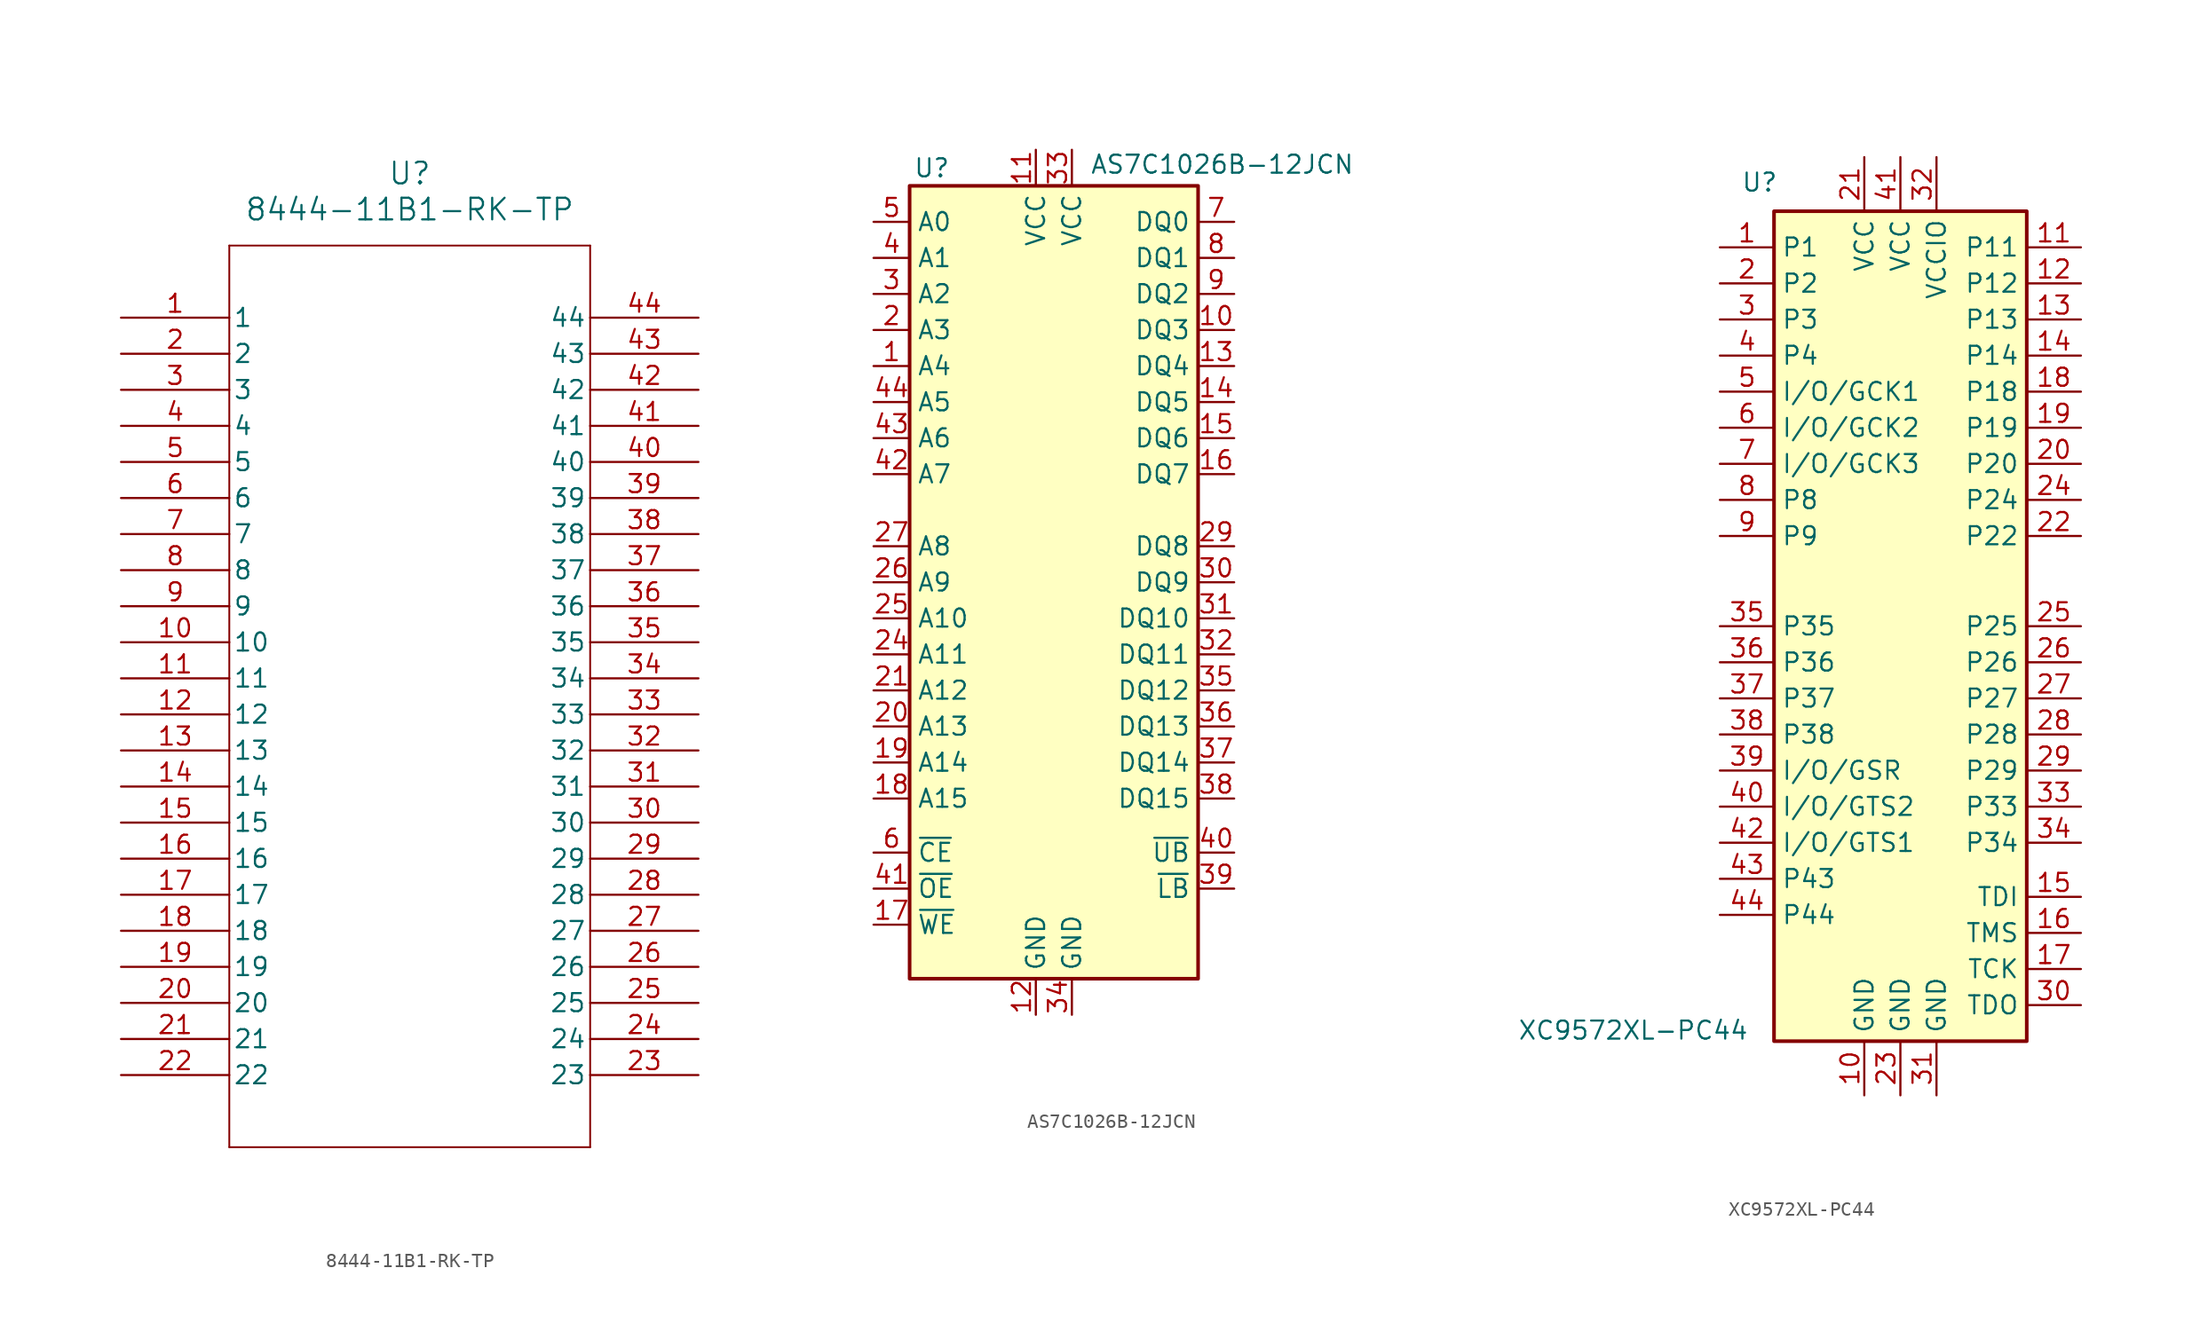
<source format=kicad_sym>
(kicad_symbol_lib
  (version 20231120)
  (generator "kicad_symbol_editor")
  (generator_version "8.0")
  (symbol "8444-11B1-RK-TP"
    (pin_names
      (offset 0.254))
    (property "Reference" "U"
      (at 20.32 10.16 0)
      (effects (font (size 1.524 1.524))))
    (property "Value" "8444-11B1-RK-TP"
      (at 20.32 7.62 0)
      (effects (font (size 1.524 1.524))))
    (property "ki_locked" ""
      (at 0 0 0)
      (effects (font (size 1.27 1.27))))
    (symbol "8444-11B1-RK-TP_0_1"
      (polyline (pts (xy 7.62 -58.42) (xy 33.02 -58.42)) (stroke (width 0.127) (type default)) (fill (type none)))
      (polyline (pts (xy 7.62 5.08) (xy 7.62 -58.42)) (stroke (width 0.127) (type default)) (fill (type none)))
      (polyline (pts (xy 33.02 -58.42) (xy 33.02 5.08)) (stroke (width 0.127) (type default)) (fill (type none)))
      (polyline (pts (xy 33.02 5.08) (xy 7.62 5.08)) (stroke (width 0.127) (type default)) (fill (type none)))
      (pin unspecified line (at 0 0 0) (length 7.62) (name "1" (effects (font (size 1.27 1.27)))) (number "1" (effects (font (size 1.27 1.27)))))
      (pin unspecified line (at 0 -22.86 0) (length 7.62) (name "10" (effects (font (size 1.27 1.27)))) (number "10" (effects (font (size 1.27 1.27)))))
      (pin unspecified line (at 0 -25.4 0) (length 7.62) (name "11" (effects (font (size 1.27 1.27)))) (number "11" (effects (font (size 1.27 1.27)))))
      (pin unspecified line (at 0 -27.94 0) (length 7.62) (name "12" (effects (font (size 1.27 1.27)))) (number "12" (effects (font (size 1.27 1.27)))))
      (pin unspecified line (at 0 -30.48 0) (length 7.62) (name "13" (effects (font (size 1.27 1.27)))) (number "13" (effects (font (size 1.27 1.27)))))
      (pin unspecified line (at 0 -33.02 0) (length 7.62) (name "14" (effects (font (size 1.27 1.27)))) (number "14" (effects (font (size 1.27 1.27)))))
      (pin unspecified line (at 0 -35.56 0) (length 7.62) (name "15" (effects (font (size 1.27 1.27)))) (number "15" (effects (font (size 1.27 1.27)))))
      (pin unspecified line (at 0 -38.1 0) (length 7.62) (name "16" (effects (font (size 1.27 1.27)))) (number "16" (effects (font (size 1.27 1.27)))))
      (pin unspecified line (at 0 -40.64 0) (length 7.62) (name "17" (effects (font (size 1.27 1.27)))) (number "17" (effects (font (size 1.27 1.27)))))
      (pin unspecified line (at 0 -43.18 0) (length 7.62) (name "18" (effects (font (size 1.27 1.27)))) (number "18" (effects (font (size 1.27 1.27)))))
      (pin unspecified line (at 0 -45.72 0) (length 7.62) (name "19" (effects (font (size 1.27 1.27)))) (number "19" (effects (font (size 1.27 1.27)))))
      (pin unspecified line (at 0 -2.54 0) (length 7.62) (name "2" (effects (font (size 1.27 1.27)))) (number "2" (effects (font (size 1.27 1.27)))))
      (pin unspecified line (at 0 -48.26 0) (length 7.62) (name "20" (effects (font (size 1.27 1.27)))) (number "20" (effects (font (size 1.27 1.27)))))
      (pin unspecified line (at 0 -50.8 0) (length 7.62) (name "21" (effects (font (size 1.27 1.27)))) (number "21" (effects (font (size 1.27 1.27)))))
      (pin unspecified line (at 0 -53.34 0) (length 7.62) (name "22" (effects (font (size 1.27 1.27)))) (number "22" (effects (font (size 1.27 1.27)))))
      (pin unspecified line (at 40.64 -53.34 180) (length 7.62) (name "23" (effects (font (size 1.27 1.27)))) (number "23" (effects (font (size 1.27 1.27)))))
      (pin unspecified line (at 40.64 -50.8 180) (length 7.62) (name "24" (effects (font (size 1.27 1.27)))) (number "24" (effects (font (size 1.27 1.27)))))
      (pin unspecified line (at 40.64 -48.26 180) (length 7.62) (name "25" (effects (font (size 1.27 1.27)))) (number "25" (effects (font (size 1.27 1.27)))))
      (pin unspecified line (at 40.64 -45.72 180) (length 7.62) (name "26" (effects (font (size 1.27 1.27)))) (number "26" (effects (font (size 1.27 1.27)))))
      (pin unspecified line (at 40.64 -43.18 180) (length 7.62) (name "27" (effects (font (size 1.27 1.27)))) (number "27" (effects (font (size 1.27 1.27)))))
      (pin unspecified line (at 40.64 -40.64 180) (length 7.62) (name "28" (effects (font (size 1.27 1.27)))) (number "28" (effects (font (size 1.27 1.27)))))
      (pin unspecified line (at 40.64 -38.1 180) (length 7.62) (name "29" (effects (font (size 1.27 1.27)))) (number "29" (effects (font (size 1.27 1.27)))))
      (pin unspecified line (at 0 -5.08 0) (length 7.62) (name "3" (effects (font (size 1.27 1.27)))) (number "3" (effects (font (size 1.27 1.27)))))
      (pin unspecified line (at 40.64 -35.56 180) (length 7.62) (name "30" (effects (font (size 1.27 1.27)))) (number "30" (effects (font (size 1.27 1.27)))))
      (pin unspecified line (at 40.64 -33.02 180) (length 7.62) (name "31" (effects (font (size 1.27 1.27)))) (number "31" (effects (font (size 1.27 1.27)))))
      (pin unspecified line (at 40.64 -30.48 180) (length 7.62) (name "32" (effects (font (size 1.27 1.27)))) (number "32" (effects (font (size 1.27 1.27)))))
      (pin unspecified line (at 40.64 -27.94 180) (length 7.62) (name "33" (effects (font (size 1.27 1.27)))) (number "33" (effects (font (size 1.27 1.27)))))
      (pin unspecified line (at 40.64 -25.4 180) (length 7.62) (name "34" (effects (font (size 1.27 1.27)))) (number "34" (effects (font (size 1.27 1.27)))))
      (pin unspecified line (at 40.64 -22.86 180) (length 7.62) (name "35" (effects (font (size 1.27 1.27)))) (number "35" (effects (font (size 1.27 1.27)))))
      (pin unspecified line (at 40.64 -20.32 180) (length 7.62) (name "36" (effects (font (size 1.27 1.27)))) (number "36" (effects (font (size 1.27 1.27)))))
      (pin unspecified line (at 40.64 -17.78 180) (length 7.62) (name "37" (effects (font (size 1.27 1.27)))) (number "37" (effects (font (size 1.27 1.27)))))
      (pin unspecified line (at 40.64 -15.24 180) (length 7.62) (name "38" (effects (font (size 1.27 1.27)))) (number "38" (effects (font (size 1.27 1.27)))))
      (pin unspecified line (at 40.64 -12.7 180) (length 7.62) (name "39" (effects (font (size 1.27 1.27)))) (number "39" (effects (font (size 1.27 1.27)))))
      (pin unspecified line (at 0 -7.62 0) (length 7.62) (name "4" (effects (font (size 1.27 1.27)))) (number "4" (effects (font (size 1.27 1.27)))))
      (pin unspecified line (at 40.64 -10.16 180) (length 7.62) (name "40" (effects (font (size 1.27 1.27)))) (number "40" (effects (font (size 1.27 1.27)))))
      (pin unspecified line (at 40.64 -7.62 180) (length 7.62) (name "41" (effects (font (size 1.27 1.27)))) (number "41" (effects (font (size 1.27 1.27)))))
      (pin unspecified line (at 40.64 -5.08 180) (length 7.62) (name "42" (effects (font (size 1.27 1.27)))) (number "42" (effects (font (size 1.27 1.27)))))
      (pin unspecified line (at 40.64 -2.54 180) (length 7.62) (name "43" (effects (font (size 1.27 1.27)))) (number "43" (effects (font (size 1.27 1.27)))))
      (pin unspecified line (at 40.64 0 180) (length 7.62) (name "44" (effects (font (size 1.27 1.27)))) (number "44" (effects (font (size 1.27 1.27)))))
      (pin unspecified line (at 0 -10.16 0) (length 7.62) (name "5" (effects (font (size 1.27 1.27)))) (number "5" (effects (font (size 1.27 1.27)))))
      (pin unspecified line (at 0 -12.7 0) (length 7.62) (name "6" (effects (font (size 1.27 1.27)))) (number "6" (effects (font (size 1.27 1.27)))))
      (pin unspecified line (at 0 -15.24 0) (length 7.62) (name "7" (effects (font (size 1.27 1.27)))) (number "7" (effects (font (size 1.27 1.27)))))
      (pin unspecified line (at 0 -17.78 0) (length 7.62) (name "8" (effects (font (size 1.27 1.27)))) (number "8" (effects (font (size 1.27 1.27)))))
      (pin unspecified line (at 0 -20.32 0) (length 7.62) (name "9" (effects (font (size 1.27 1.27)))) (number "9" (effects (font (size 1.27 1.27)))))))
  (symbol "AS7C1026B-12JCN"
    (property "Reference" "U"
      (at -9.906 28.448 0)
      (effects (font (size 1.27 1.27)) (justify left bottom)))
    (property "Value" "AS7C1026B-12JCN"
      (at 2.54 28.702 0)
      (effects (font (size 1.27 1.27)) (justify left bottom)))
    (symbol "AS7C1026B-12JCN_0_1"
      (rectangle (start -10.16 27.94) (end 10.16 -27.94) (stroke (width 0.254) (type default)) (fill (type background))))
    (symbol "AS7C1026B-12JCN_1_0"
      (pin power_in line (at -1.27 30.48 270) (length 2.54) (name "VCC" (effects (font (size 1.27 1.27)))) (number "11" (effects (font (size 1.27 1.27)))))
      (pin power_in line (at -1.27 -30.48 90) (length 2.54) (name "GND" (effects (font (size 1.27 1.27)))) (number "12" (effects (font (size 1.27 1.27)))))
      (pin power_in line (at 1.27 30.48 270) (length 2.54) (name "VCC" (effects (font (size 1.27 1.27)))) (number "33" (effects (font (size 1.27 1.27)))))
      (pin power_in line (at 1.27 -30.48 90) (length 2.54) (name "GND" (effects (font (size 1.27 1.27)))) (number "34" (effects (font (size 1.27 1.27))))))
    (symbol "AS7C1026B-12JCN_1_1"
      (pin input line (at -12.7 15.24 0) (length 2.54) (name "A4" (effects (font (size 1.27 1.27)))) (number "1" (effects (font (size 1.27 1.27)))))
      (pin tri_state line (at 12.7 17.78 180) (length 2.54) (name "DQ3" (effects (font (size 1.27 1.27)))) (number "10" (effects (font (size 1.27 1.27)))))
      (pin tri_state line (at 12.7 15.24 180) (length 2.54) (name "DQ4" (effects (font (size 1.27 1.27)))) (number "13" (effects (font (size 1.27 1.27)))))
      (pin tri_state line (at 12.7 12.7 180) (length 2.54) (name "DQ5" (effects (font (size 1.27 1.27)))) (number "14" (effects (font (size 1.27 1.27)))))
      (pin tri_state line (at 12.7 10.16 180) (length 2.54) (name "DQ6" (effects (font (size 1.27 1.27)))) (number "15" (effects (font (size 1.27 1.27)))))
      (pin tri_state line (at 12.7 7.62 180) (length 2.54) (name "DQ7" (effects (font (size 1.27 1.27)))) (number "16" (effects (font (size 1.27 1.27)))))
      (pin input line (at -12.7 -24.13 0) (length 2.54) (name "~{WE}" (effects (font (size 1.27 1.27)))) (number "17" (effects (font (size 1.27 1.27)))))
      (pin input line (at -12.7 -15.24 0) (length 2.54) (name "A15" (effects (font (size 1.27 1.27)))) (number "18" (effects (font (size 1.27 1.27)))))
      (pin input line (at -12.7 -12.7 0) (length 2.54) (name "A14" (effects (font (size 1.27 1.27)))) (number "19" (effects (font (size 1.27 1.27)))))
      (pin input line (at -12.7 17.78 0) (length 2.54) (name "A3" (effects (font (size 1.27 1.27)))) (number "2" (effects (font (size 1.27 1.27)))))
      (pin input line (at -12.7 -10.16 0) (length 2.54) (name "A13" (effects (font (size 1.27 1.27)))) (number "20" (effects (font (size 1.27 1.27)))))
      (pin input line (at -12.7 -7.62 0) (length 2.54) (name "A12" (effects (font (size 1.27 1.27)))) (number "21" (effects (font (size 1.27 1.27)))))
      (pin input line (at -12.7 -5.08 0) (length 2.54) (name "A11" (effects (font (size 1.27 1.27)))) (number "24" (effects (font (size 1.27 1.27)))))
      (pin input line (at -12.7 -2.54 0) (length 2.54) (name "A10" (effects (font (size 1.27 1.27)))) (number "25" (effects (font (size 1.27 1.27)))))
      (pin input line (at -12.7 0 0) (length 2.54) (name "A9" (effects (font (size 1.27 1.27)))) (number "26" (effects (font (size 1.27 1.27)))))
      (pin input line (at -12.7 2.54 0) (length 2.54) (name "A8" (effects (font (size 1.27 1.27)))) (number "27" (effects (font (size 1.27 1.27)))))
      (pin tri_state line (at 12.7 2.54 180) (length 2.54) (name "DQ8" (effects (font (size 1.27 1.27)))) (number "29" (effects (font (size 1.27 1.27)))))
      (pin input line (at -12.7 20.32 0) (length 2.54) (name "A2" (effects (font (size 1.27 1.27)))) (number "3" (effects (font (size 1.27 1.27)))))
      (pin tri_state line (at 12.7 0 180) (length 2.54) (name "DQ9" (effects (font (size 1.27 1.27)))) (number "30" (effects (font (size 1.27 1.27)))))
      (pin tri_state line (at 12.7 -2.54 180) (length 2.54) (name "DQ10" (effects (font (size 1.27 1.27)))) (number "31" (effects (font (size 1.27 1.27)))))
      (pin tri_state line (at 12.7 -5.08 180) (length 2.54) (name "DQ11" (effects (font (size 1.27 1.27)))) (number "32" (effects (font (size 1.27 1.27)))))
      (pin tri_state line (at 12.7 -7.62 180) (length 2.54) (name "DQ12" (effects (font (size 1.27 1.27)))) (number "35" (effects (font (size 1.27 1.27)))))
      (pin tri_state line (at 12.7 -10.16 180) (length 2.54) (name "DQ13" (effects (font (size 1.27 1.27)))) (number "36" (effects (font (size 1.27 1.27)))))
      (pin tri_state line (at 12.7 -12.7 180) (length 2.54) (name "DQ14" (effects (font (size 1.27 1.27)))) (number "37" (effects (font (size 1.27 1.27)))))
      (pin tri_state line (at 12.7 -15.24 180) (length 2.54) (name "DQ15" (effects (font (size 1.27 1.27)))) (number "38" (effects (font (size 1.27 1.27)))))
      (pin input line (at 12.7 -21.59 180) (length 2.54) (name "~{LB}" (effects (font (size 1.27 1.27)))) (number "39" (effects (font (size 1.27 1.27)))))
      (pin input line (at -12.7 22.86 0) (length 2.54) (name "A1" (effects (font (size 1.27 1.27)))) (number "4" (effects (font (size 1.27 1.27)))))
      (pin input line (at 12.7 -19.05 180) (length 2.54) (name "~{UB}" (effects (font (size 1.27 1.27)))) (number "40" (effects (font (size 1.27 1.27)))))
      (pin input line (at -12.7 -21.59 0) (length 2.54) (name "~{OE}" (effects (font (size 1.27 1.27)))) (number "41" (effects (font (size 1.27 1.27)))))
      (pin input line (at -12.7 7.62 0) (length 2.54) (name "A7" (effects (font (size 1.27 1.27)))) (number "42" (effects (font (size 1.27 1.27)))))
      (pin input line (at -12.7 10.16 0) (length 2.54) (name "A6" (effects (font (size 1.27 1.27)))) (number "43" (effects (font (size 1.27 1.27)))))
      (pin input line (at -12.7 12.7 0) (length 2.54) (name "A5" (effects (font (size 1.27 1.27)))) (number "44" (effects (font (size 1.27 1.27)))))
      (pin input line (at -12.7 25.4 0) (length 2.54) (name "A0" (effects (font (size 1.27 1.27)))) (number "5" (effects (font (size 1.27 1.27)))))
      (pin input line (at -12.7 -19.05 0) (length 2.54) (name "~{CE}" (effects (font (size 1.27 1.27)))) (number "6" (effects (font (size 1.27 1.27)))))
      (pin tri_state line (at 12.7 25.4 180) (length 2.54) (name "DQ0" (effects (font (size 1.27 1.27)))) (number "7" (effects (font (size 1.27 1.27)))))
      (pin tri_state line (at 12.7 22.86 180) (length 2.54) (name "DQ1" (effects (font (size 1.27 1.27)))) (number "8" (effects (font (size 1.27 1.27)))))
      (pin tri_state line (at 12.7 20.32 180) (length 2.54) (name "DQ2" (effects (font (size 1.27 1.27)))) (number "9" (effects (font (size 1.27 1.27)))))))
  (symbol "XC9572XL-PC44"
    (property "Reference" "U"
      (at -9.906 31.242 0)
      (effects (font (size 1.27 1.27))))
    (property "Value" "XC9572XL-PC44"
      (at -18.796 -28.448 0)
      (effects (font (size 1.27 1.27))))
    (symbol "XC9572XL-PC44_1_1"
      (rectangle (start -8.89 29.21) (end 8.89 -29.21) (stroke (width 0.254) (type default)) (fill (type background)))
      (pin bidirectional line (at -12.7 26.67 0) (length 3.81) (name "P1" (effects (font (size 1.27 1.27)))) (number "1" (effects (font (size 1.27 1.27)))))
      (pin power_in line (at -2.54 -33.02 90) (length 3.81) (name "GND" (effects (font (size 1.27 1.27)))) (number "10" (effects (font (size 1.27 1.27)))))
      (pin bidirectional line (at 12.7 26.67 180) (length 3.81) (name "P11" (effects (font (size 1.27 1.27)))) (number "11" (effects (font (size 1.27 1.27)))))
      (pin bidirectional line (at 12.7 24.13 180) (length 3.81) (name "P12" (effects (font (size 1.27 1.27)))) (number "12" (effects (font (size 1.27 1.27)))))
      (pin bidirectional line (at 12.7 21.59 180) (length 3.81) (name "P13" (effects (font (size 1.27 1.27)))) (number "13" (effects (font (size 1.27 1.27)))))
      (pin bidirectional line (at 12.7 19.05 180) (length 3.81) (name "P14" (effects (font (size 1.27 1.27)))) (number "14" (effects (font (size 1.27 1.27)))))
      (pin input line (at 12.7 -19.05 180) (length 3.81) (name "TDI" (effects (font (size 1.27 1.27)))) (number "15" (effects (font (size 1.27 1.27)))))
      (pin input line (at 12.7 -21.59 180) (length 3.81) (name "TMS" (effects (font (size 1.27 1.27)))) (number "16" (effects (font (size 1.27 1.27)))))
      (pin input line (at 12.7 -24.13 180) (length 3.81) (name "TCK" (effects (font (size 1.27 1.27)))) (number "17" (effects (font (size 1.27 1.27)))))
      (pin bidirectional line (at 12.7 16.51 180) (length 3.81) (name "P18" (effects (font (size 1.27 1.27)))) (number "18" (effects (font (size 1.27 1.27)))))
      (pin bidirectional line (at 12.7 13.97 180) (length 3.81) (name "P19" (effects (font (size 1.27 1.27)))) (number "19" (effects (font (size 1.27 1.27)))))
      (pin bidirectional line (at -12.7 24.13 0) (length 3.81) (name "P2" (effects (font (size 1.27 1.27)))) (number "2" (effects (font (size 1.27 1.27)))))
      (pin bidirectional line (at 12.7 11.43 180) (length 3.81) (name "P20" (effects (font (size 1.27 1.27)))) (number "20" (effects (font (size 1.27 1.27)))))
      (pin power_in line (at -2.54 33.02 270) (length 3.81) (name "VCC" (effects (font (size 1.27 1.27)))) (number "21" (effects (font (size 1.27 1.27)))))
      (pin bidirectional line (at 12.7 6.35 180) (length 3.81) (name "P22" (effects (font (size 1.27 1.27)))) (number "22" (effects (font (size 1.27 1.27)))))
      (pin power_in line (at 0 -33.02 90) (length 3.81) (name "GND" (effects (font (size 1.27 1.27)))) (number "23" (effects (font (size 1.27 1.27)))))
      (pin bidirectional line (at 12.7 8.89 180) (length 3.81) (name "P24" (effects (font (size 1.27 1.27)))) (number "24" (effects (font (size 1.27 1.27)))))
      (pin bidirectional line (at 12.7 0 180) (length 3.81) (name "P25" (effects (font (size 1.27 1.27)))) (number "25" (effects (font (size 1.27 1.27)))))
      (pin bidirectional line (at 12.7 -2.54 180) (length 3.81) (name "P26" (effects (font (size 1.27 1.27)))) (number "26" (effects (font (size 1.27 1.27)))))
      (pin bidirectional line (at 12.7 -5.08 180) (length 3.81) (name "P27" (effects (font (size 1.27 1.27)))) (number "27" (effects (font (size 1.27 1.27)))))
      (pin bidirectional line (at 12.7 -7.62 180) (length 3.81) (name "P28" (effects (font (size 1.27 1.27)))) (number "28" (effects (font (size 1.27 1.27)))))
      (pin bidirectional line (at 12.7 -10.16 180) (length 3.81) (name "P29" (effects (font (size 1.27 1.27)))) (number "29" (effects (font (size 1.27 1.27)))))
      (pin bidirectional line (at -12.7 21.59 0) (length 3.81) (name "P3" (effects (font (size 1.27 1.27)))) (number "3" (effects (font (size 1.27 1.27)))))
      (pin output line (at 12.7 -26.67 180) (length 3.81) (name "TDO" (effects (font (size 1.27 1.27)))) (number "30" (effects (font (size 1.27 1.27)))))
      (pin power_in line (at 2.54 -33.02 90) (length 3.81) (name "GND" (effects (font (size 1.27 1.27)))) (number "31" (effects (font (size 1.27 1.27)))))
      (pin power_in line (at 2.54 33.02 270) (length 3.81) (name "VCCIO" (effects (font (size 1.27 1.27)))) (number "32" (effects (font (size 1.27 1.27)))))
      (pin bidirectional line (at 12.7 -12.7 180) (length 3.81) (name "P33" (effects (font (size 1.27 1.27)))) (number "33" (effects (font (size 1.27 1.27)))))
      (pin bidirectional line (at 12.7 -15.24 180) (length 3.81) (name "P34" (effects (font (size 1.27 1.27)))) (number "34" (effects (font (size 1.27 1.27)))))
      (pin bidirectional line (at -12.7 0 0) (length 3.81) (name "P35" (effects (font (size 1.27 1.27)))) (number "35" (effects (font (size 1.27 1.27)))))
      (pin bidirectional line (at -12.7 -2.54 0) (length 3.81) (name "P36" (effects (font (size 1.27 1.27)))) (number "36" (effects (font (size 1.27 1.27)))))
      (pin bidirectional line (at -12.7 -5.08 0) (length 3.81) (name "P37" (effects (font (size 1.27 1.27)))) (number "37" (effects (font (size 1.27 1.27)))))
      (pin bidirectional line (at -12.7 -7.62 0) (length 3.81) (name "P38" (effects (font (size 1.27 1.27)))) (number "38" (effects (font (size 1.27 1.27)))))
      (pin bidirectional line (at -12.7 -10.16 0) (length 3.81) (name "I/O/GSR" (effects (font (size 1.27 1.27)))) (number "39" (effects (font (size 1.27 1.27)))))
      (pin bidirectional line (at -12.7 19.05 0) (length 3.81) (name "P4" (effects (font (size 1.27 1.27)))) (number "4" (effects (font (size 1.27 1.27)))))
      (pin bidirectional line (at -12.7 -12.7 0) (length 3.81) (name "I/O/GTS2" (effects (font (size 1.27 1.27)))) (number "40" (effects (font (size 1.27 1.27)))))
      (pin power_in line (at 0 33.02 270) (length 3.81) (name "VCC" (effects (font (size 1.27 1.27)))) (number "41" (effects (font (size 1.27 1.27)))))
      (pin bidirectional line (at -12.7 -15.24 0) (length 3.81) (name "I/O/GTS1" (effects (font (size 1.27 1.27)))) (number "42" (effects (font (size 1.27 1.27)))))
      (pin bidirectional line (at -12.7 -17.78 0) (length 3.81) (name "P43" (effects (font (size 1.27 1.27)))) (number "43" (effects (font (size 1.27 1.27)))))
      (pin bidirectional line (at -12.7 -20.32 0) (length 3.81) (name "P44" (effects (font (size 1.27 1.27)))) (number "44" (effects (font (size 1.27 1.27)))))
      (pin bidirectional line (at -12.7 16.51 0) (length 3.81) (name "I/O/GCK1" (effects (font (size 1.27 1.27)))) (number "5" (effects (font (size 1.27 1.27)))))
      (pin bidirectional line (at -12.7 13.97 0) (length 3.81) (name "I/O/GCK2" (effects (font (size 1.27 1.27)))) (number "6" (effects (font (size 1.27 1.27)))))
      (pin bidirectional line (at -12.7 11.43 0) (length 3.81) (name "I/O/GCK3" (effects (font (size 1.27 1.27)))) (number "7" (effects (font (size 1.27 1.27)))))
      (pin bidirectional line (at -12.7 8.89 0) (length 3.81) (name "P8" (effects (font (size 1.27 1.27)))) (number "8" (effects (font (size 1.27 1.27)))))
      (pin bidirectional line (at -12.7 6.35 0) (length 3.81) (name "P9" (effects (font (size 1.27 1.27)))) (number "9" (effects (font (size 1.27 1.27))))))))
</source>
